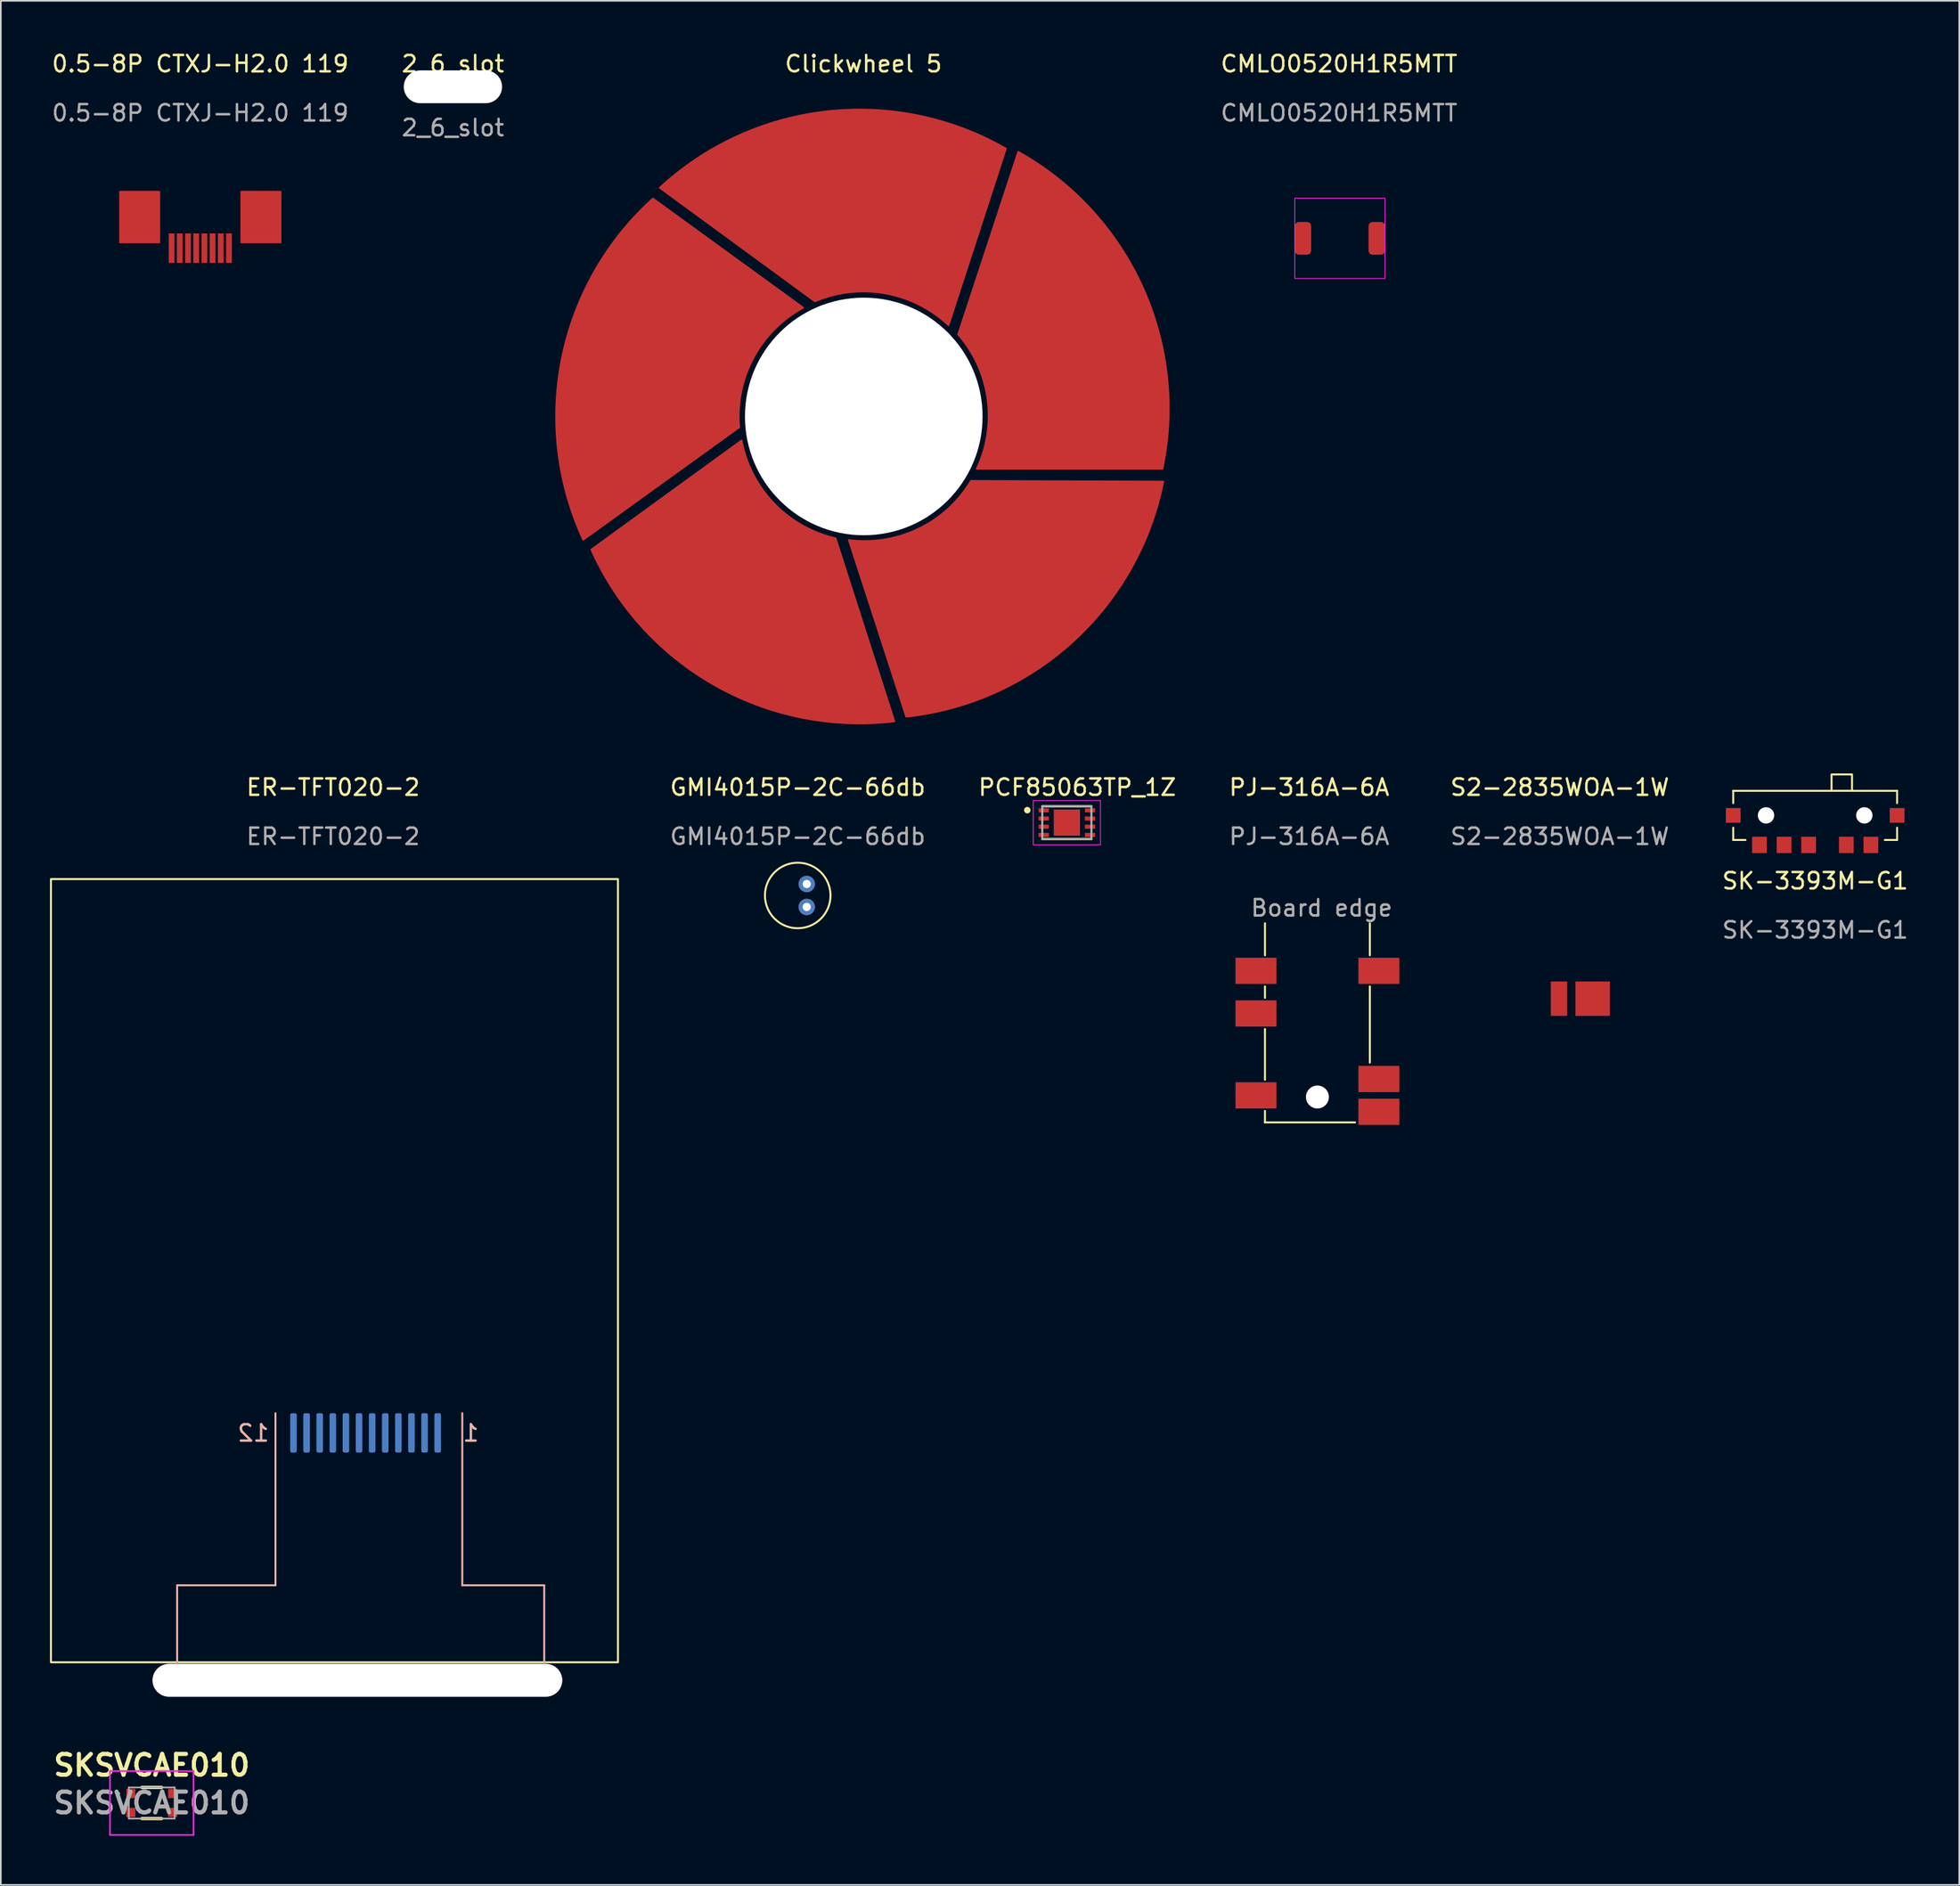
<source format=kicad_pcb>
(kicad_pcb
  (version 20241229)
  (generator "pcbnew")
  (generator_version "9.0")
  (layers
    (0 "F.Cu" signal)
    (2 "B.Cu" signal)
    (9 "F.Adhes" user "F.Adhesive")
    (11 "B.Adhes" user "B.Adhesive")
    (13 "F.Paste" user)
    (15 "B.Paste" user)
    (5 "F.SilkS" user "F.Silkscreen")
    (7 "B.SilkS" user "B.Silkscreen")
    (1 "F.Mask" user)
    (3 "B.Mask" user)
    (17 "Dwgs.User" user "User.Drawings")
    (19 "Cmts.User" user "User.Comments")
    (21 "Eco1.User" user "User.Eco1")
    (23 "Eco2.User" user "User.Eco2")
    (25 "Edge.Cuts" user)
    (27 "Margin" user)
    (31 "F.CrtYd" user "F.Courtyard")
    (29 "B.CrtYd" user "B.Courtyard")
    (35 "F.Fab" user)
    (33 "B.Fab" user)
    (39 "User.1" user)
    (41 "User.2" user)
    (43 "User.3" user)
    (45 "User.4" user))
  (footprint "CMLO0520H1R5MTT"
    (layer "F.Cu")
    (at 78.714 11.498)
    (property "Reference" "CMLO0520H1R5MTT" (at -0.05 -10.65 0) (unlocked yes) (layer "F.SilkS") (effects (font (size 1 1) (thickness 0.15))))
    (attr smd)
    (fp_rect (start 2.75 2.45) (end -2.75 -2.45) (stroke (width 0.05) (type default)) (fill no) (layer "F.CrtYd"))
    (fp_text user "${REFERENCE}" (at -0.05 -7.65 0) (unlocked yes) (layer "F.Fab") (effects (font (size 1 1) (thickness 0.15))))
    (pad "1" smd roundrect (at -2.25 0) (size 1 2) (layers "F.Cu" "F.Mask" "F.Paste") (roundrect_rratio 0.25))
    (pad "2" smd roundrect (at 2.25 0) (size 1 2) (layers "F.Cu" "F.Mask" "F.Paste") (roundrect_rratio 0.25)))
  (footprint "S2-2835WOA-1W"
    (layer "F.Cu")
    (at 92.137 58.154)
    (property "Reference" "S2-2835WOA-1W" (at 0 -13.15 0) (unlocked yes) (layer "F.SilkS") (effects (font (size 1 1) (thickness 0.15))))
    (attr smd)
    (fp_text user "${REFERENCE}" (at 0 -10.15 0) (unlocked yes) (layer "F.Fab") (effects (font (size 1 1) (thickness 0.15))))
    (pad "1" smd rect (at 2 -0.25) (size 2.1 2.1) (layers "F.Cu" "F.Mask" "F.Paste"))
    (pad "2" smd rect (at -0.05 -0.25) (size 1 2.1) (layers "F.Cu" "F.Mask" "F.Paste")))
  (footprint "GMI4015P-2C-66db"
    (layer "F.Cu")
    (at 45.631 51.604)
    (property "Reference" "GMI4015P-2C-66db" (at 0 -6.6 0) (unlocked yes) (layer "F.SilkS") (effects (font (size 1 1) (thickness 0.15))))
    (attr smd)
    (fp_circle (center 0 0) (end -2 0) (stroke (width 0.12) (type default)) (fill no) (layer "F.SilkS"))
    (fp_text user "${REFERENCE}" (at 0 -3.6 0) (unlocked yes) (layer "F.Fab") (effects (font (size 1 1) (thickness 0.15))))
    (pad "1" thru_hole circle (at 0.55 -0.7) (size 1 1) (drill 0.5) (layers "*.Cu" "*.Mask"))
    (pad "2" thru_hole circle (at 0.55 0.7) (size 1 1) (drill 0.5) (layers "*.Cu" "*.Mask")))
  (footprint "ER-TFT020-2"
    (layer "F.Cu")
    (at 17.36 74.504)
    (property "Reference" "ER-TFT020-2" (at -0.08 -29.5 0) (unlocked yes) (layer "F.SilkS") (effects (font (size 1 1) (thickness 0.15))))
    (attr smd)
    (fp_rect (start -17.3 -23.9) (end 17.3 23.9) (stroke (width 0.12) (type default)) (fill no) (layer "F.SilkS"))
    (fp_line (start -9.6 19.2) (end -3.6 19.2) (stroke (width 0.12) (type default)) (layer "B.SilkS"))
    (fp_line (start -9.6 23.9) (end -9.6 19.2) (stroke (width 0.12) (type default)) (layer "B.SilkS"))
    (fp_line (start -3.6 19.2) (end -3.6 8.7) (stroke (width 0.12) (type default)) (layer "B.SilkS"))
    (fp_line (start 7.8 19.2) (end 7.8 8.7) (stroke (width 0.12) (type default)) (layer "B.SilkS"))
    (fp_line (start 12.8 19.2) (end 7.8 19.2) (stroke (width 0.12) (type default)) (layer "B.SilkS"))
    (fp_line (start 12.8 23.9) (end 12.8 19.2) (stroke (width 0.12) (type default)) (layer "B.SilkS"))
    (fp_text user "12" (at -3.9 10.5 0) (unlocked yes) (layer "B.SilkS") (effects (font (size 1 1) (thickness 0.15)) (justify left bottom mirror)))
    (fp_text user "1" (at 8.9 10.5 0) (unlocked yes) (layer "B.SilkS") (effects (font (size 1 1) (thickness 0.15)) (justify left bottom mirror)))
    (fp_text user "${REFERENCE}" (at -0.08 -26.5 0) (unlocked yes) (layer "F.Fab") (effects (font (size 1 1) (thickness 0.15))))
    (pad "" np_thru_hole roundrect (at 1.4 25 180) (size 25 2) (drill oval 25 2) (layers "*.Cu" "*.Mask") (roundrect_rratio 0.5))
    (pad "1" smd roundrect (at 6.3 9.9) (size 0.4 2.4) (layers "B.Cu" "B.Mask") (roundrect_rratio 0.25))
    (pad "2" smd roundrect (at 5.5 9.9) (size 0.4 2.4) (layers "B.Cu" "B.Mask") (roundrect_rratio 0.25))
    (pad "3" smd roundrect (at 4.7 9.9) (size 0.4 2.4) (layers "B.Cu" "B.Mask") (roundrect_rratio 0.25))
    (pad "4" smd roundrect (at 3.9 9.9) (size 0.4 2.4) (layers "B.Cu" "B.Mask") (roundrect_rratio 0.25))
    (pad "5" smd roundrect (at 3.1 9.9) (size 0.4 2.4) (layers "B.Cu" "B.Mask") (roundrect_rratio 0.25))
    (pad "6" smd roundrect (at 2.3 9.9) (size 0.4 2.4) (layers "B.Cu" "B.Mask") (roundrect_rratio 0.25))
    (pad "7" smd roundrect (at 1.5 9.9) (size 0.4 2.4) (layers "B.Cu" "B.Mask") (roundrect_rratio 0.25))
    (pad "8" smd roundrect (at 0.7 9.9) (size 0.4 2.4) (layers "B.Cu" "B.Mask") (roundrect_rratio 0.25))
    (pad "9" smd roundrect (at -0.1 9.9) (size 0.4 2.4) (layers "B.Cu" "B.Mask") (roundrect_rratio 0.25))
    (pad "10" smd roundrect (at -0.9 9.9) (size 0.4 2.4) (layers "B.Cu" "B.Mask") (roundrect_rratio 0.25))
    (pad "11" smd roundrect (at -1.7 9.9) (size 0.4 2.4) (layers "B.Cu" "B.Mask") (roundrect_rratio 0.25))
    (pad "12" smd roundrect (at -2.5 9.9) (size 0.4 2.4) (layers "B.Cu" "B.Mask") (roundrect_rratio 0.25)))
  (footprint "PJ-316A-6A"
    (layer "F.Cu")
    (at 77.345 53.304)
    (property "Reference" "PJ-316A-6A" (at -0.5 -8.3 0) (unlocked yes) (layer "F.SilkS") (effects (font (size 1 1) (thickness 0.15))))
    (attr smd)
    (fp_line (start -3.2 0) (end -3.2 1.95) (stroke (width 0.12) (type default)) (layer "F.SilkS"))
    (fp_line (start -3.2 3.85) (end -3.2 4.55) (stroke (width 0.12) (type default)) (layer "F.SilkS"))
    (fp_line (start -3.2 6.45) (end -3.2 9.55) (stroke (width 0.12) (type default)) (layer "F.SilkS"))
    (fp_line (start -3.2 12.15) (end -3.2 11.45) (stroke (width 0.12) (type default)) (layer "F.SilkS"))
    (fp_line (start 2.3 12.15) (end -3.2 12.15) (stroke (width 0.12) (type default)) (layer "F.SilkS"))
    (fp_line (start 3.2 0) (end 3.2 1.95) (stroke (width 0.12) (type default)) (layer "F.SilkS"))
    (fp_line (start 3.2 3.85) (end 3.2 8.5) (stroke (width 0.12) (type default)) (layer "F.SilkS"))
    (fp_text user "${REFERENCE}" (at -0.5 -5.3 0) (unlocked yes) (layer "F.Fab") (effects (font (size 1 1) (thickness 0.15))))
    (fp_text user "Board edge" (at -4.15 -0.35 0) (unlocked yes) (layer "F.Fab") (effects (font (size 1 1) (thickness 0.15)) (justify left bottom)))
    (pad "" np_thru_hole circle (at 0 10.6) (size 1.4 1.4) (drill 1.4) (layers "*.Cu" "*.Mask"))
    (pad "R1" smd trapezoid (at -3.75 5.5) (size 2.5 1.6) (layers "F.Cu" "F.Mask" "F.Paste"))
    (pad "R1N" smd trapezoid (at -3.75 10.5) (size 2.5 1.6) (layers "F.Cu" "F.Mask" "F.Paste"))
    (pad "R2" smd trapezoid (at 3.75 2.9) (size 2.5 1.6) (layers "F.Cu" "F.Mask" "F.Paste"))
    (pad "S" smd trapezoid (at -3.75 2.9) (size 2.5 1.6) (layers "F.Cu" "F.Mask" "F.Paste"))
    (pad "T" smd trapezoid (at 3.75 9.5) (size 2.5 1.6) (layers "F.Cu" "F.Mask" "F.Paste"))
    (pad "TN" smd trapezoid (at 3.75 11.5) (size 2.5 1.6) (layers "F.Cu" "F.Mask" "F.Paste")))
  (footprint "SKSVCAE010"
    (layer "F.Cu")
    (at 6.211 106.993)
    (property "Reference" "SKSVCAE010" (at 0 -2.3 0) (layer "F.SilkS") (effects (font (size 1.27 1.27) (thickness 0.254))))
    (attr smd)
    (fp_line (start -2.1 -0.58) (end -2.1 -0.58) (stroke (width 0.1) (type solid)) (layer "F.SilkS"))
    (fp_line (start -2 -0.58) (end -2 -0.58) (stroke (width 0.1) (type solid)) (layer "F.SilkS"))
    (fp_line (start -0.6 -0.95) (end 0.6 -0.95) (stroke (width 0.2) (type solid)) (layer "F.SilkS"))
    (fp_line (start -0.6 0.95) (end 0.6 0.95) (stroke (width 0.2) (type solid)) (layer "F.SilkS"))
    (fp_arc (start -2.1 -0.58) (mid -2.05 -0.63) (end -2 -0.58) (stroke (width 0.1) (type solid)) (layer "F.SilkS"))
    (fp_arc (start -2 -0.58) (mid -2.05 -0.53) (end -2.1 -0.58) (stroke (width 0.1) (type solid)) (layer "F.SilkS"))
    (fp_line (start -2.55 -1.95) (end 2.55 -1.95) (stroke (width 0.1) (type solid)) (layer "F.CrtYd"))
    (fp_line (start -2.55 1.95) (end -2.55 -1.95) (stroke (width 0.1) (type solid)) (layer "F.CrtYd"))
    (fp_line (start 2.55 -1.95) (end 2.55 1.95) (stroke (width 0.1) (type solid)) (layer "F.CrtYd"))
    (fp_line (start 2.55 1.95) (end -2.55 1.95) (stroke (width 0.1) (type solid)) (layer "F.CrtYd"))
    (fp_line (start -1.4 -0.95) (end 1.4 -0.95) (stroke (width 0.1) (type solid)) (layer "F.Fab"))
    (fp_line (start -1.4 0.95) (end -1.4 -0.95) (stroke (width 0.1) (type solid)) (layer "F.Fab"))
    (fp_line (start 1.4 -0.95) (end 1.4 0.95) (stroke (width 0.1) (type solid)) (layer "F.Fab"))
    (fp_line (start 1.4 0.95) (end -1.4 0.95) (stroke (width 0.1) (type solid)) (layer "F.Fab"))
    (fp_text user "${REFERENCE}" (at 0 0 0) (layer "F.Fab") (effects (font (size 1.27 1.27) (thickness 0.254))))
    (pad "1" smd rect (at -1.275 -0.58) (size 0.55 0.57) (layers "F.Cu" "F.Mask" "F.Paste"))
    (pad "1" smd rect (at 1.275 -0.58) (size 0.55 0.57) (layers "F.Cu" "F.Mask" "F.Paste"))
    (pad "2" smd rect (at -1.275 0.58) (size 0.55 0.57) (layers "F.Cu" "F.Mask" "F.Paste"))
    (pad "2" smd rect (at 1.275 0.58) (size 0.55 0.57) (layers "F.Cu" "F.Mask" "F.Paste")))
  (footprint "Clickwheel 5"
    (layer "F.Cu")
    (at 49.661 22.368)
    (property "Reference" "Clickwheel 5" (at -0.02 -21.52 0) (unlocked yes) (layer "F.SilkS") (effects (font (size 1 1) (thickness 0.15))))
    (attr smd)
    (fp_poly (pts (arc (start -12.867205 -13.303989) (mid -18.413843 -3.585628) (end -17.1227 7.529438)) (arc (start -7.599645 0.663222) (mid -6.734685 -3.570066) (end -3.69207 -6.637863))) (stroke (width 0.1) (type solid)) (fill yes) (layer "F.Cu"))
    (fp_poly (pts (arc (start 1.869716 18.61138) (mid -9.100325 16.404586) (end -16.62903 8.126281)) (arc (start -7.453895 1.460155) (mid -5.476466 5.301855) (end -1.717658 7.432638))) (stroke (width 0.1) (type solid)) (fill yes) (layer "F.Cu"))
    (fp_poly (pts (arc (start 2.589899 18.326306) (mid 12.789532 13.724219) (end 18.278247 3.973028)) (arc (start 6.538074 3.930402) (mid 3.350042 6.846793) (end -0.914691 7.540289))) (stroke (width 0.1) (type solid)) (fill yes) (layer "F.Cu"))
    (fp_poly (pts (arc (start 6.888586 3.2) (mid 7.546907 -1.070304) (end 5.75841 -5.003517)) (arc (start 9.426863 -16.155914) (mid 17.004691 -7.922551) (end 18.229676 3.2))) (stroke (width 0.1) (type solid)) (fill yes) (layer "F.Cu"))
    (fp_poly (pts (arc (start -12.452127 -13.957931) (mid -2.280056 -18.620625) (end 8.67666 -16.348598)) (xy 5.172 -5.563) (arc (start 5.17207 -5.562579) (mid 1.314202 -7.508276) (end -2.979181 -7.022744))) (stroke (width 0.1) (type solid)) (fill yes) (layer "F.Cu"))
    (pad "" np_thru_hole circle (at 0 0) (size 14.5 14.5) (drill 14.5) (layers "*.Cu" "*.Mask"))
    (pad "1" smd roundrect (at -0.24 -17.46) (size 2.286 1.524) (layers "F.Cu" "F.Mask" "F.Paste") (roundrect_rratio 0.25))
    (pad "2" smd roundrect (at 15.62 -6.79) (size 2.286 1.524) (layers "F.Cu" "F.Mask" "F.Paste") (roundrect_rratio 0.25))
    (pad "3" smd roundrect (at 10.68 13.35) (size 2.286 1.524) (layers "F.Cu" "F.Mask" "F.Paste") (roundrect_rratio 0.25))
    (pad "4" smd roundrect (at -9.06 14.5) (size 2.286 1.524) (layers "F.Cu" "F.Mask" "F.Paste") (roundrect_rratio 0.25))
    (pad "5" smd roundrect (at -16.69 -3.7) (size 2.286 1.524) (layers "F.Cu" "F.Mask" "F.Paste") (roundrect_rratio 0.25)))
  (footprint "PCF85063TP_1Z"
    (layer "F.Cu")
    (at 62.055 47.159)
    (property "Reference" "PCF85063TP_1Z" (at 0.635 -2.155 0) (layer "F.SilkS") (effects (font (size 1 1) (thickness 0.15))))
    (attr smd)
    (fp_line (start 1.5 -1) (end -1.5 -1) (stroke (width 0.127) (type solid)) (layer "F.SilkS"))
    (fp_line (start 1.5 1) (end -1.5 1) (stroke (width 0.127) (type solid)) (layer "F.SilkS"))
    (fp_circle (center -2.413 -0.762) (end -2.313 -0.762) (stroke (width 0.2) (type solid)) (fill no) (layer "F.SilkS"))
    (fp_poly (pts (xy -0.3 -0.3) (xy 0.3 -0.3) (xy 0.3 0.3) (xy -0.3 0.3)) (stroke (width 0.01) (type solid)) (fill yes) (layer "F.Paste"))
    (fp_line (start -2.05 -1.35) (end -2.05 1.35) (stroke (width 0.05) (type solid)) (layer "F.CrtYd"))
    (fp_line (start -2.05 1.35) (end 2.05 1.35) (stroke (width 0.05) (type solid)) (layer "F.CrtYd"))
    (fp_line (start 2.05 -1.35) (end -2.05 -1.35) (stroke (width 0.05) (type solid)) (layer "F.CrtYd"))
    (fp_line (start 2.05 1.35) (end 2.05 -1.35) (stroke (width 0.05) (type solid)) (layer "F.CrtYd"))
    (fp_line (start -1.5 -1) (end -1.5 1) (stroke (width 0.127) (type solid)) (layer "F.Fab"))
    (fp_line (start 1.5 -1) (end -1.5 -1) (stroke (width 0.127) (type solid)) (layer "F.Fab"))
    (fp_line (start 1.5 1) (end -1.5 1) (stroke (width 0.127) (type solid)) (layer "F.Fab"))
    (fp_line (start 1.5 1) (end 1.5 -1) (stroke (width 0.127) (type solid)) (layer "F.Fab"))
    (pad "1" smd rect (at -1.413 -0.75) (size 0.625 0.25) (layers "F.Cu" "F.Mask" "F.Paste"))
    (pad "2" smd rect (at -1.413 -0.25) (size 0.625 0.25) (layers "F.Cu" "F.Mask" "F.Paste"))
    (pad "3" smd rect (at -1.413 0.25) (size 0.625 0.25) (layers "F.Cu" "F.Mask" "F.Paste"))
    (pad "4" smd rect (at -1.413 0.75) (size 0.625 0.25) (layers "F.Cu" "F.Mask" "F.Paste"))
    (pad "5" smd rect (at 1.413 0.75) (size 0.625 0.25) (layers "F.Cu" "F.Mask" "F.Paste"))
    (pad "6" smd rect (at 1.413 0.25) (size 0.625 0.25) (layers "F.Cu" "F.Mask" "F.Paste"))
    (pad "7" smd rect (at 1.413 -0.25) (size 0.625 0.25) (layers "F.Cu" "F.Mask" "F.Paste"))
    (pad "8" smd rect (at 1.413 -0.75) (size 0.625 0.25) (layers "F.Cu" "F.Mask" "F.Paste"))
    (pad "EP" smd rect (at 0 0) (size 1.6 1.6) (layers "F.Cu" "F.Mask")))
  (footprint "SK-3393M-G1"
    (layer "F.Cu")
    (at 107.72 46.716)
    (property "Reference" "SK-3393M-G1" (at 0 4 0) (unlocked yes) (layer "F.SilkS") (effects (font (size 1 1) (thickness 0.15))))
    (attr smd)
    (fp_line (start -5 -1.5) (end 5 -1.5) (stroke (width 0.12) (type default)) (layer "F.SilkS"))
    (fp_line (start -5 -0.75) (end -5 -1.5) (stroke (width 0.12) (type default)) (layer "F.SilkS"))
    (fp_line (start -5 0.75) (end -5 1.5) (stroke (width 0.12) (type default)) (layer "F.SilkS"))
    (fp_line (start -5 1.5) (end -4.25 1.5) (stroke (width 0.12) (type default)) (layer "F.SilkS"))
    (fp_line (start 5 -1.5) (end 5 -0.75) (stroke (width 0.12) (type default)) (layer "F.SilkS"))
    (fp_line (start 5 0.75) (end 5 1.5) (stroke (width 0.12) (type default)) (layer "F.SilkS"))
    (fp_line (start 5 1.5) (end 4.25 1.5) (stroke (width 0.12) (type default)) (layer "F.SilkS"))
    (fp_rect (start 1 -2.5) (end 2.25 -1.5) (stroke (width 0.12) (type default)) (fill no) (layer "F.SilkS"))
    (fp_text user "${REFERENCE}" (at 0 7 0) (unlocked yes) (layer "F.Fab") (effects (font (size 1 1) (thickness 0.15))))
    (pad "" np_thru_hole circle (at -3 0) (size 1 1) (drill 1) (layers "*.Cu"))
    (pad "" np_thru_hole circle (at 3 0) (size 1 1) (drill 1) (layers "*.Cu"))
    (pad "1" smd rect (at -3.4 1.8) (size 0.9 1) (layers "F.Cu" "F.Mask" "F.Paste"))
    (pad "2" smd rect (at -1.9 1.8) (size 0.9 1) (layers "F.Cu" "F.Mask" "F.Paste"))
    (pad "3,4" smd rect (at -0.4 1.8) (size 0.9 1) (layers "F.Cu" "F.Mask" "F.Paste"))
    (pad "3,4" smd rect (at 1.9 1.8) (size 0.9 1) (layers "F.Cu" "F.Mask" "F.Paste"))
    (pad "5" smd rect (at 3.4 1.8) (size 0.9 1) (layers "F.Cu" "F.Mask" "F.Paste"))
    (pad "6,7" smd rect (at -5 0) (size 0.9 0.9) (layers "F.Cu" "F.Mask" "F.Paste"))
    (pad "6,7" smd rect (at 5 0) (size 0.9 0.9) (layers "F.Cu" "F.Mask" "F.Paste")))
  (footprint "0.5-8P CTXJ-H2.0 119"
    (layer "F.Cu")
    (at 9.173 9.848)
    (property "Reference" "0.5-8P CTXJ-H2.0 119" (at 0 -9 0) (unlocked yes) (layer "F.SilkS") (effects (font (size 1 1) (thickness 0.15))))
    (attr smd)
    (fp_text user "${REFERENCE}" (at 0 -6 0) (unlocked yes) (layer "F.Fab") (effects (font (size 1 1) (thickness 0.15))))
    (pad "1" smd rect (at -1.75 2.25) (size 0.35 1.8) (layers "F.Cu" "F.Mask" "F.Paste"))
    (pad "2" smd rect (at -1.25 2.25) (size 0.35 1.8) (layers "F.Cu" "F.Mask" "F.Paste"))
    (pad "3" smd rect (at -0.75 2.25) (size 0.35 1.8) (layers "F.Cu" "F.Mask" "F.Paste"))
    (pad "4" smd rect (at -0.25 2.25) (size 0.35 1.8) (layers "F.Cu" "F.Mask" "F.Paste"))
    (pad "5" smd rect (at 0.25 2.25) (size 0.35 1.8) (layers "F.Cu" "F.Mask" "F.Paste"))
    (pad "6" smd rect (at 0.75 2.25) (size 0.35 1.8) (layers "F.Cu" "F.Mask" "F.Paste"))
    (pad "7" smd rect (at 1.25 2.25) (size 0.35 1.8) (layers "F.Cu" "F.Mask" "F.Paste"))
    (pad "8" smd rect (at 1.75 2.25) (size 0.35 1.8) (layers "F.Cu" "F.Mask" "F.Paste"))
    (pad "9" smd rect (at -3.7 0.35) (size 2.5 3.2) (layers "F.Cu" "F.Mask" "F.Paste"))
    (pad "9" smd rect (at 3.7 0.35) (size 2.5 3.2) (layers "F.Cu" "F.Mask" "F.Paste")))
  (footprint "2_6_slot"
    (layer "F.Cu")
    (at 24.589 2.248)
    (property "Reference" "2_6_slot" (at 0 -1.4 0) (unlocked yes) (layer "F.SilkS") (effects (font (size 1 1) (thickness 0.15))))
    (attr smd)
    (fp_text user "${REFERENCE}" (at 0 2.5 0) (unlocked yes) (layer "F.Fab") (effects (font (size 1 1) (thickness 0.15))))
    (pad "" np_thru_hole oval (at 0 0) (size 6 2) (drill oval 6 2) (layers "*.Cu" "*.Mask")))
  (gr_rect
    (start -3 -3)
    (end 116.512 111.993)
    (stroke (width 0.1) (type default))
    (fill no)
    (layer "Edge.Cuts")))
</source>
